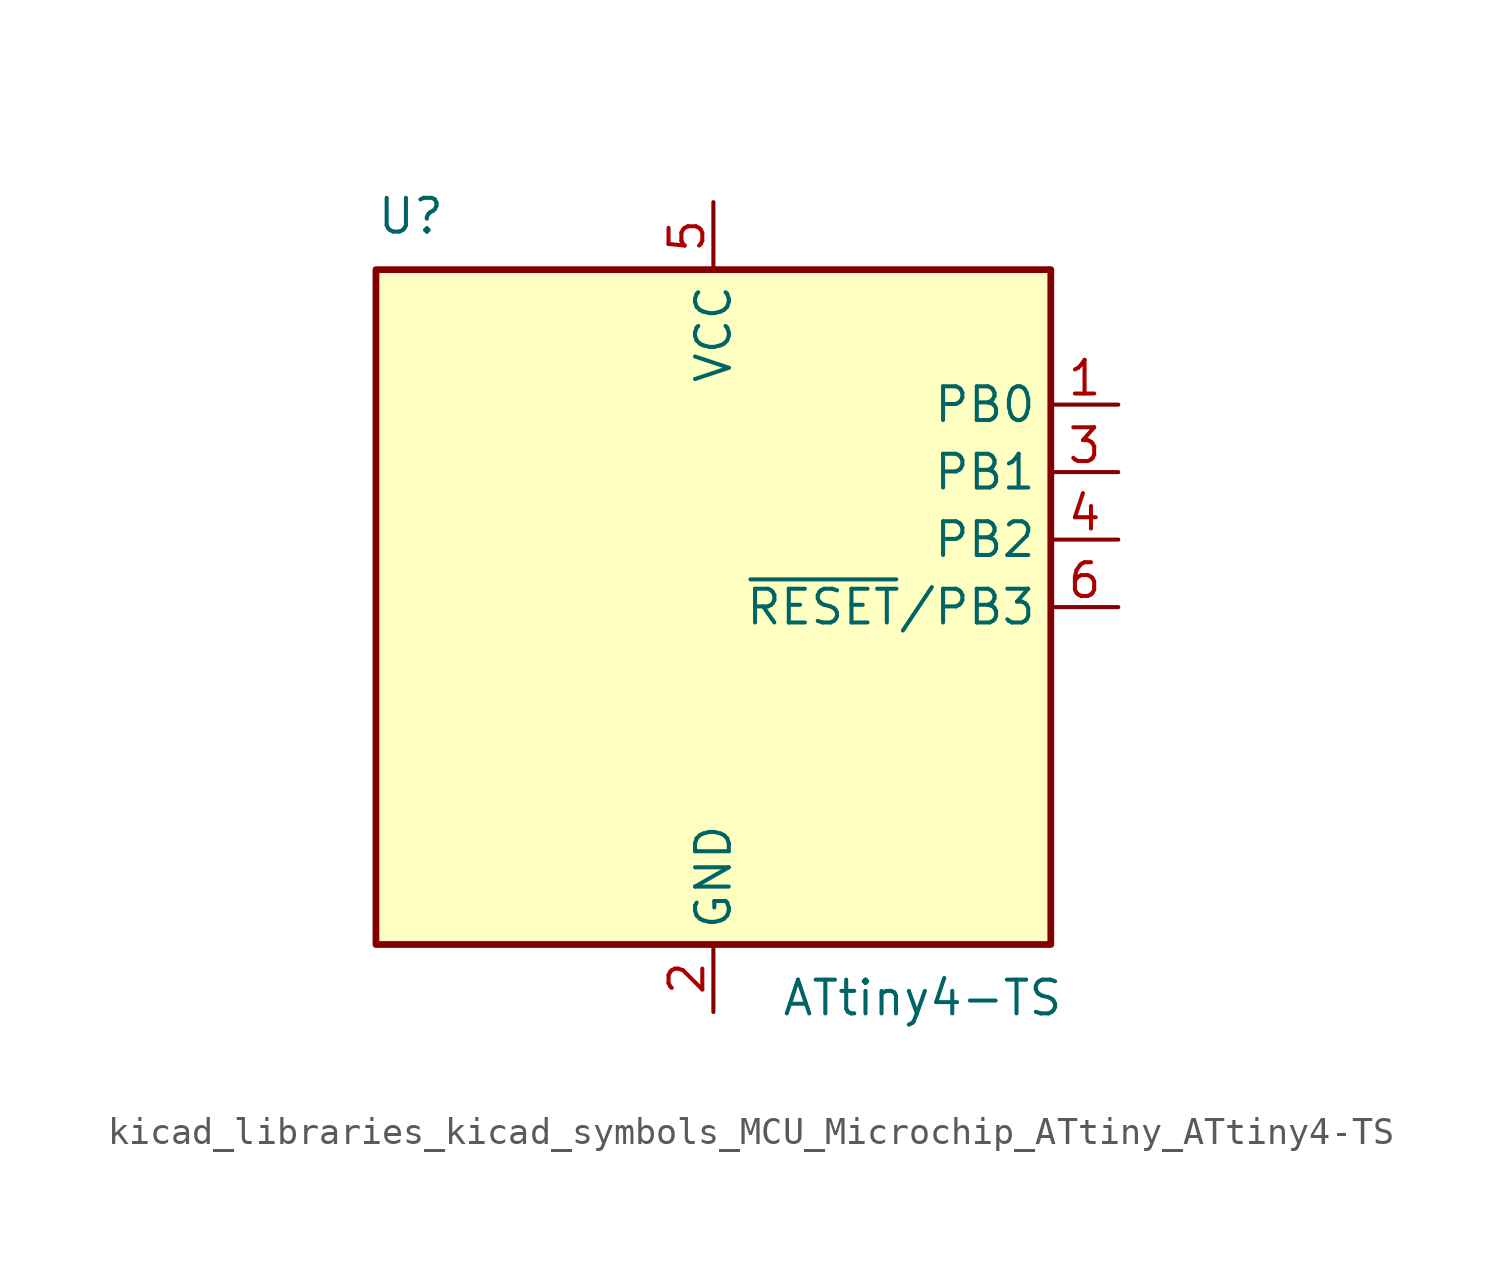
<source format=kicad_sym>
(kicad_symbol_lib
  (version 20220914)
  (generator kicad_symbol_editor)
  (symbol "kicad_libraries_kicad_symbols_MCU_Microchip_ATtiny_ATtiny4-TS"
    (property "Reference" "U"
      (at -12.7 13.97 0)
      (effects (font (size 1.27 1.27)) (justify left bottom)))
    (property "Value" "ATtiny4-TS"
      (at 2.54 -13.97 0)
      (effects (font (size 1.27 1.27)) (justify left top)))
    (symbol "kicad_libraries_kicad_symbols_MCU_Microchip_ATtiny_ATtiny4-TS_0_1"
      (rectangle (start -12.7 -12.7) (end 12.7 12.7) (stroke (width 0.254) (type default)) (fill (type background))))
    (symbol "kicad_libraries_kicad_symbols_MCU_Microchip_ATtiny_ATtiny4-TS_1_1"
      (pin bidirectional line (at 15.24 7.62 180) (length 2.54) (name "PB0" (effects (font (size 1.27 1.27)))) (number "1" (effects (font (size 1.27 1.27)))))
      (pin power_in line (at 0 -15.24 90) (length 2.54) (name "GND" (effects (font (size 1.27 1.27)))) (number "2" (effects (font (size 1.27 1.27)))))
      (pin bidirectional line (at 15.24 5.08 180) (length 2.54) (name "PB1" (effects (font (size 1.27 1.27)))) (number "3" (effects (font (size 1.27 1.27)))))
      (pin bidirectional line (at 15.24 2.54 180) (length 2.54) (name "PB2" (effects (font (size 1.27 1.27)))) (number "4" (effects (font (size 1.27 1.27)))))
      (pin power_in line (at 0 15.24 270) (length 2.54) (name "VCC" (effects (font (size 1.27 1.27)))) (number "5" (effects (font (size 1.27 1.27)))))
      (pin bidirectional line (at 15.24 0 180) (length 2.54) (name "~{RESET}/PB3" (effects (font (size 1.27 1.27)))) (number "6" (effects (font (size 1.27 1.27))))))))
</source>
